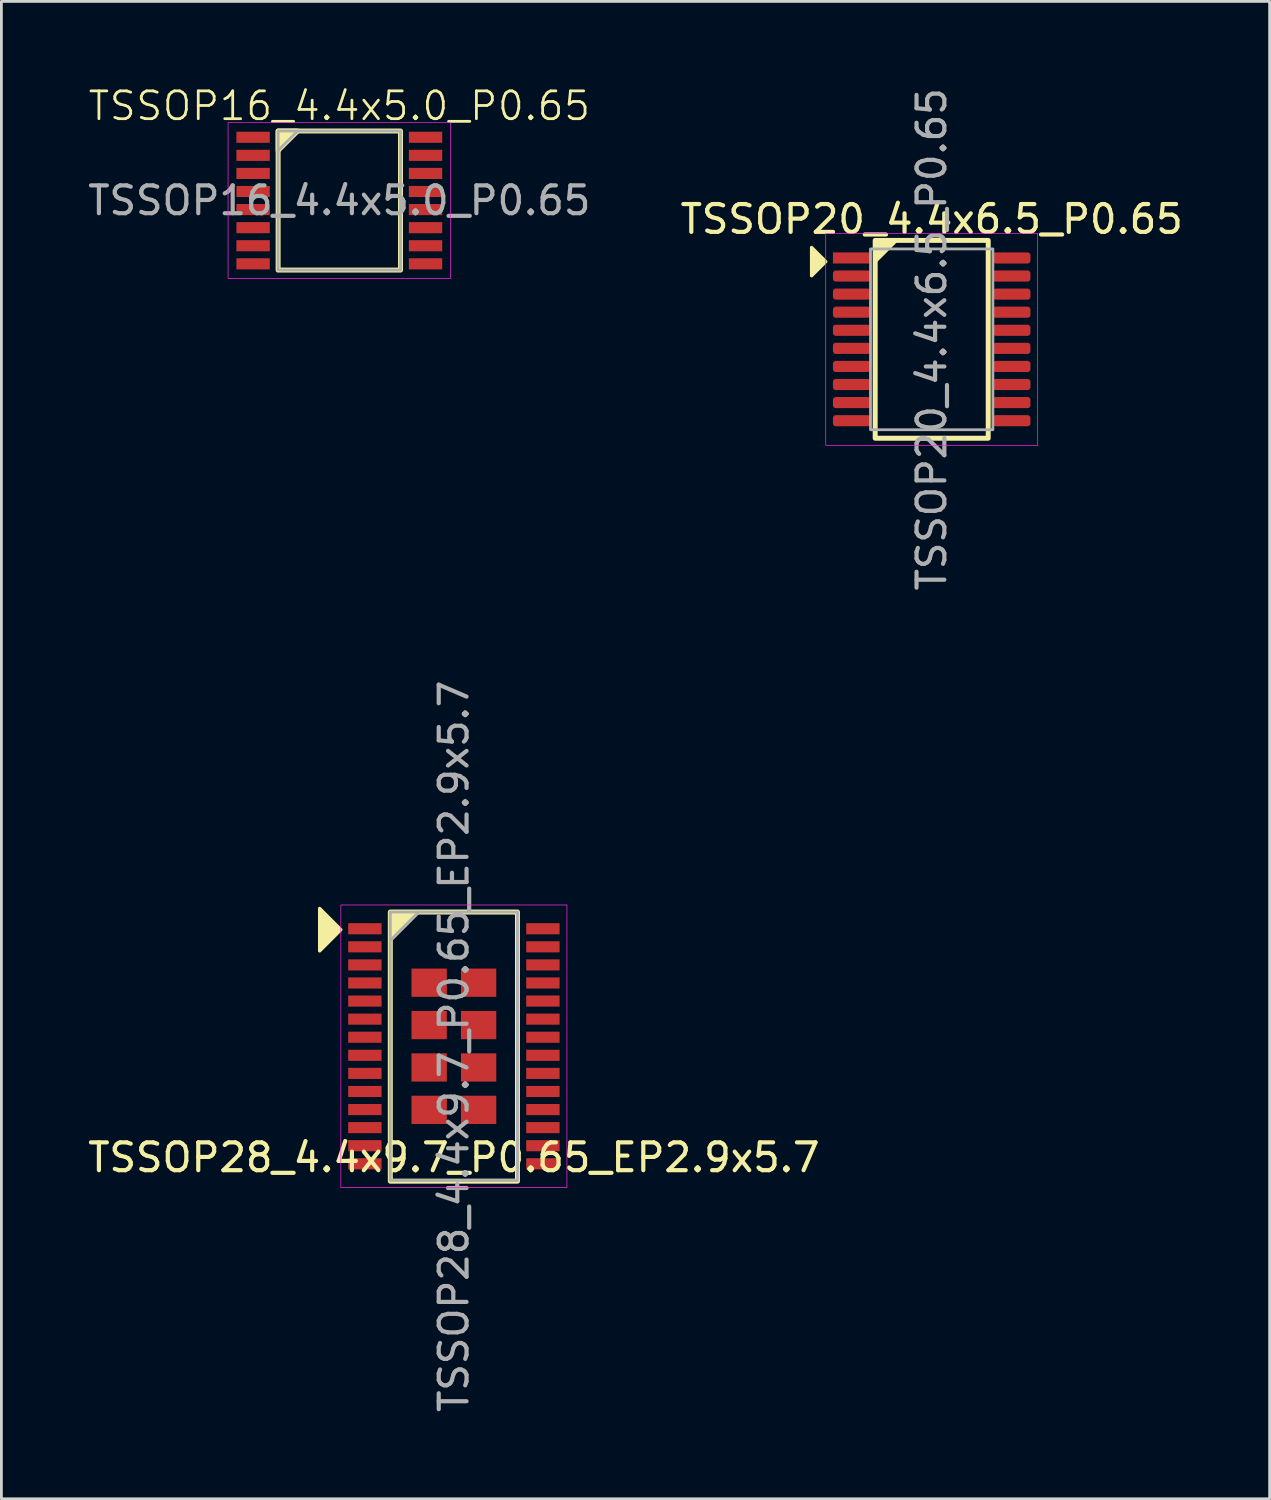
<source format=kicad_pcb>
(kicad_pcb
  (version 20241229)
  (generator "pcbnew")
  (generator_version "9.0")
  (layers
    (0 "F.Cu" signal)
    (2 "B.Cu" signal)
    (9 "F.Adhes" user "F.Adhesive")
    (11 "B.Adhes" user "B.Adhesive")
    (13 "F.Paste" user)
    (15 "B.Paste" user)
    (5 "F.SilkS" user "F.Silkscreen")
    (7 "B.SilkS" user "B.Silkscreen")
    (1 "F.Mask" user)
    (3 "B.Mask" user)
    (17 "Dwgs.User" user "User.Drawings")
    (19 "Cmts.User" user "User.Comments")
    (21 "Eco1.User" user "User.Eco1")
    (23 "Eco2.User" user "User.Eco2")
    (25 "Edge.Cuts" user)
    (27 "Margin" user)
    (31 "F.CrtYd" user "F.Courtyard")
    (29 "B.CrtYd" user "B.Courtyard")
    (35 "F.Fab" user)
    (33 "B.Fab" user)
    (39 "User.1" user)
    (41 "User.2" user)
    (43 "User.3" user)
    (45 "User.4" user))
  (footprint "TSSOP20_4.4x6.5_P0.65"
    (layer "F.Cu")
    (at 30.446 9.149)
    (property "Reference" "TSSOP20_4.4x6.5_P0.65" (at 0 -4.318 0) (unlocked yes) (layer "F.SilkS") (effects (font (size 1 1) (thickness 0.15))))
    (attr smd)
    (fp_rect (start -2.032 -3.556) (end 2.032 3.556) (stroke (width 0.178) (type solid)) (fill no) (layer "F.SilkS"))
    (fp_poly (pts (xy -3.81 -2.794) (xy -4.318 -2.286) (xy -4.318 -3.302)) (stroke (width 0.12) (type solid)) (fill yes) (layer "F.SilkS"))
    (fp_poly (pts (xy -2.032 -2.794) (xy -2.032 -3.556) (xy -1.27 -3.556)) (stroke (width 0.12) (type solid)) (fill yes) (layer "F.SilkS"))
    (fp_rect (start -3.81 3.81) (end 3.81 -3.81) (stroke (width 0.025) (type solid)) (fill no) (layer "F.CrtYd"))
    (fp_rect (start -2.2 -3.25) (end 2.2 3.25) (stroke (width 0.1) (type solid)) (fill no) (layer "F.Fab"))
    (fp_text user "${REFERENCE}" (at 0 0 90) (unlocked yes) (layer "F.Fab") (effects (font (size 1 1) (thickness 0.15))))
    (pad "1" smd rect (at -2.875 -2.925) (size 1.35 0.4) (layers "F.Cu" "F.Mask" "F.Paste"))
    (pad "2" smd roundrect (at -2.875 -2.275) (size 1.35 0.4) (layers "F.Cu" "F.Mask" "F.Paste") (roundrect_rratio 0.25))
    (pad "3" smd roundrect (at -2.875 -1.625) (size 1.35 0.4) (layers "F.Cu" "F.Mask" "F.Paste") (roundrect_rratio 0.25))
    (pad "4" smd roundrect (at -2.875 -0.975) (size 1.35 0.4) (layers "F.Cu" "F.Mask" "F.Paste") (roundrect_rratio 0.25))
    (pad "5" smd roundrect (at -2.875 -0.325) (size 1.35 0.4) (layers "F.Cu" "F.Mask" "F.Paste") (roundrect_rratio 0.25))
    (pad "6" smd roundrect (at -2.875 0.325) (size 1.35 0.4) (layers "F.Cu" "F.Mask" "F.Paste") (roundrect_rratio 0.25))
    (pad "7" smd roundrect (at -2.875 0.975) (size 1.35 0.4) (layers "F.Cu" "F.Mask" "F.Paste") (roundrect_rratio 0.25))
    (pad "8" smd roundrect (at -2.875 1.625) (size 1.35 0.4) (layers "F.Cu" "F.Mask" "F.Paste") (roundrect_rratio 0.25))
    (pad "9" smd roundrect (at -2.875 2.275) (size 1.35 0.4) (layers "F.Cu" "F.Mask" "F.Paste") (roundrect_rratio 0.25))
    (pad "10" smd roundrect (at -2.875 2.925) (size 1.35 0.4) (layers "F.Cu" "F.Mask" "F.Paste") (roundrect_rratio 0.25))
    (pad "11" smd roundrect (at 2.875 2.925) (size 1.35 0.4) (layers "F.Cu" "F.Mask" "F.Paste") (roundrect_rratio 0.25))
    (pad "12" smd roundrect (at 2.875 2.275) (size 1.35 0.4) (layers "F.Cu" "F.Mask" "F.Paste") (roundrect_rratio 0.25))
    (pad "13" smd roundrect (at 2.875 1.625) (size 1.35 0.4) (layers "F.Cu" "F.Mask" "F.Paste") (roundrect_rratio 0.25))
    (pad "14" smd roundrect (at 2.875 0.975) (size 1.35 0.4) (layers "F.Cu" "F.Mask" "F.Paste") (roundrect_rratio 0.25))
    (pad "15" smd roundrect (at 2.875 0.325) (size 1.35 0.4) (layers "F.Cu" "F.Mask" "F.Paste") (roundrect_rratio 0.25))
    (pad "16" smd roundrect (at 2.875 -0.325) (size 1.35 0.4) (layers "F.Cu" "F.Mask" "F.Paste") (roundrect_rratio 0.25))
    (pad "17" smd roundrect (at 2.875 -0.975) (size 1.35 0.4) (layers "F.Cu" "F.Mask" "F.Paste") (roundrect_rratio 0.25))
    (pad "18" smd roundrect (at 2.875 -1.625) (size 1.35 0.4) (layers "F.Cu" "F.Mask" "F.Paste") (roundrect_rratio 0.25))
    (pad "19" smd roundrect (at 2.875 -2.275) (size 1.35 0.4) (layers "F.Cu" "F.Mask" "F.Paste") (roundrect_rratio 0.25))
    (pad "20" smd roundrect (at 2.875 -2.925) (size 1.35 0.4) (layers "F.Cu" "F.Mask" "F.Paste") (roundrect_rratio 0.25)))
  (footprint "TSSOP28_4.4x9.7_P0.65_EP2.9x5.7"
    (layer "F.Cu")
    (at 13.268 34.565)
    (property "Reference" "TSSOP28_4.4x9.7_P0.65_EP2.9x5.7" (at 0 4 0) (unlocked yes) (layer "F.SilkS") (effects (font (size 1 1) (thickness 0.15))))
    (attr smd)
    (fp_rect (start -2.286 -4.826) (end 2.286 4.85) (stroke (width 0.178) (type solid)) (fill no) (layer "F.SilkS"))
    (fp_poly (pts (xy -4.064 -4.191) (xy -4.826 -3.429) (xy -4.826 -4.953)) (stroke (width 0.12) (type solid)) (fill yes) (layer "F.SilkS"))
    (fp_poly (pts (xy -2.286 -3.81) (xy -2.286 -4.826) (xy -1.27 -4.826)) (stroke (width 0.12) (type solid)) (fill yes) (layer "F.SilkS"))
    (fp_rect (start -4.064 -5.08) (end 4.064 5.08) (stroke (width 0.025) (type solid)) (fill no) (layer "F.CrtYd"))
    (fp_line (start -2.286 -3.81) (end -1.27 -4.826) (stroke (width 0.1) (type solid)) (layer "F.Fab"))
    (fp_rect (start -2.286 -4.826) (end 2.286 4.826) (stroke (width 0.1) (type solid)) (fill no) (layer "F.Fab"))
    (fp_text user "${REFERENCE}" (at 0 0 90) (unlocked yes) (layer "F.Fab") (effects (font (size 1 1) (thickness 0.15))))
    (pad "1" smd rect (at -3.2 -4.225) (size 1.2 0.4) (layers "F.Cu" "F.Mask" "F.Paste"))
    (pad "2" smd rect (at -3.2 -3.575) (size 1.2 0.4) (layers "F.Cu" "F.Mask" "F.Paste"))
    (pad "3" smd rect (at -3.2 -2.925) (size 1.2 0.4) (layers "F.Cu" "F.Mask" "F.Paste"))
    (pad "4" smd rect (at -3.2 -2.275) (size 1.2 0.4) (layers "F.Cu" "F.Mask" "F.Paste"))
    (pad "5" smd rect (at -3.2 -1.625) (size 1.2 0.4) (layers "F.Cu" "F.Mask" "F.Paste"))
    (pad "6" smd rect (at -3.2 -0.975) (size 1.2 0.4) (layers "F.Cu" "F.Mask" "F.Paste"))
    (pad "7" smd rect (at -3.2 -0.325) (size 1.2 0.4) (layers "F.Cu" "F.Mask" "F.Paste"))
    (pad "8" smd rect (at -3.2 0.325) (size 1.2 0.4) (layers "F.Cu" "F.Mask" "F.Paste"))
    (pad "9" smd rect (at -3.2 0.975) (size 1.2 0.4) (layers "F.Cu" "F.Mask" "F.Paste"))
    (pad "10" smd rect (at -3.2 1.625) (size 1.2 0.4) (layers "F.Cu" "F.Mask" "F.Paste"))
    (pad "11" smd rect (at -3.2 2.275) (size 1.2 0.4) (layers "F.Cu" "F.Mask" "F.Paste"))
    (pad "12" smd rect (at -3.2 2.925) (size 1.2 0.4) (layers "F.Cu" "F.Mask" "F.Paste"))
    (pad "13" smd rect (at -3.2 3.575) (size 1.2 0.4) (layers "F.Cu" "F.Mask" "F.Paste"))
    (pad "14" smd rect (at -3.2 4.225) (size 1.2 0.4) (layers "F.Cu" "F.Mask" "F.Paste"))
    (pad "15" smd rect (at 3.2 4.225) (size 1.2 0.4) (layers "F.Cu" "F.Mask" "F.Paste"))
    (pad "16" smd rect (at 3.2 3.575) (size 1.2 0.4) (layers "F.Cu" "F.Mask" "F.Paste"))
    (pad "17" smd rect (at 3.2 2.925) (size 1.2 0.4) (layers "F.Cu" "F.Mask" "F.Paste"))
    (pad "18" smd rect (at 3.2 2.275) (size 1.2 0.4) (layers "F.Cu" "F.Mask" "F.Paste"))
    (pad "19" smd rect (at 3.2 1.625) (size 1.2 0.4) (layers "F.Cu" "F.Mask" "F.Paste"))
    (pad "20" smd rect (at 3.2 0.975) (size 1.2 0.4) (layers "F.Cu" "F.Mask" "F.Paste"))
    (pad "21" smd rect (at 3.2 0.325) (size 1.2 0.4) (layers "F.Cu" "F.Mask" "F.Paste"))
    (pad "22" smd rect (at 3.2 -0.325) (size 1.2 0.4) (layers "F.Cu" "F.Mask" "F.Paste"))
    (pad "23" smd rect (at 3.2 -0.975) (size 1.2 0.4) (layers "F.Cu" "F.Mask" "F.Paste"))
    (pad "24" smd rect (at 3.2 -1.625) (size 1.2 0.4) (layers "F.Cu" "F.Mask" "F.Paste"))
    (pad "25" smd rect (at 3.2 -2.275) (size 1.2 0.4) (layers "F.Cu" "F.Mask" "F.Paste"))
    (pad "26" smd rect (at 3.2 -2.925) (size 1.2 0.4) (layers "F.Cu" "F.Mask" "F.Paste"))
    (pad "27" smd rect (at 3.2 -3.575) (size 1.2 0.4) (layers "F.Cu" "F.Mask" "F.Paste"))
    (pad "28" smd rect (at 3.2 -4.225) (size 1.2 0.4) (layers "F.Cu" "F.Mask" "F.Paste"))
    (pad "29" smd rect (at -0.889 -2.286) (size 1.27 1.016) (layers "F.Cu" "F.Mask" "F.Paste"))
    (pad "29" smd rect (at -0.889 -0.762) (size 1.27 1.016) (layers "F.Cu" "F.Mask" "F.Paste"))
    (pad "29" smd rect (at -0.889 0.762) (size 1.27 1.016) (layers "F.Cu" "F.Mask" "F.Paste"))
    (pad "29" smd rect (at -0.889 2.286) (size 1.27 1.016) (layers "F.Cu" "F.Mask" "F.Paste"))
    (pad "29" smd rect (at 0.889 -2.286) (size 1.27 1.016) (layers "F.Cu" "F.Mask" "F.Paste"))
    (pad "29" smd rect (at 0.889 -0.762) (size 1.27 1.016) (layers "F.Cu" "F.Mask" "F.Paste"))
    (pad "29" smd rect (at 0.889 0.762) (size 1.27 1.016) (layers "F.Cu" "F.Mask" "F.Paste"))
    (pad "29" smd rect (at 0.889 2.286) (size 1.27 1.016) (layers "F.Cu" "F.Mask" "F.Paste")))
  (footprint "TSSOP16_4.4x5.0_P0.65"
    (layer "F.Cu")
    (at 9.149 4.16)
    (property "Reference" "TSSOP16_4.4x5.0_P0.65" (at 0 -3.4 0) (unlocked yes) (layer "F.SilkS") (effects (font (size 1 1) (thickness 0.1))))
    (attr smd)
    (fp_rect (start -2.2 -2.5) (end 2.2 2.5) (stroke (width 0.178) (type default)) (fill no) (layer "F.SilkS"))
    (fp_poly (pts (xy -2.2 -2.5) (xy -1.5 -2.5) (xy -2.2 -1.8)) (stroke (width 0.178) (type solid)) (fill yes) (layer "F.SilkS"))
    (fp_rect (start -4 -2.8) (end 4 2.8) (stroke (width 0.025) (type default)) (fill no) (layer "F.CrtYd"))
    (fp_line (start -2.2 -1.8) (end -1.5 -2.5) (stroke (width 0.1) (type default)) (layer "F.Fab"))
    (fp_rect (start -2.2 -2.5) (end 2.2 2.5) (stroke (width 0.1) (type default)) (fill no) (layer "F.Fab"))
    (fp_text user "${REFERENCE}" (at 0 0 0) (unlocked yes) (layer "F.Fab") (effects (font (size 1 1) (thickness 0.15))))
    (pad "1" smd rect (at -3.1 -2.275) (size 1.2 0.4) (layers "F.Cu" "F.Mask" "F.Paste"))
    (pad "2" smd rect (at -3.1 -1.625) (size 1.2 0.4) (layers "F.Cu" "F.Mask" "F.Paste"))
    (pad "3" smd rect (at -3.1 -0.975) (size 1.2 0.4) (layers "F.Cu" "F.Mask" "F.Paste"))
    (pad "4" smd rect (at -3.1 -0.325) (size 1.2 0.4) (layers "F.Cu" "F.Mask" "F.Paste"))
    (pad "5" smd rect (at -3.1 0.325) (size 1.2 0.4) (layers "F.Cu" "F.Mask" "F.Paste"))
    (pad "6" smd rect (at -3.1 0.975) (size 1.2 0.4) (layers "F.Cu" "F.Mask" "F.Paste"))
    (pad "7" smd rect (at -3.1 1.625) (size 1.2 0.4) (layers "F.Cu" "F.Mask" "F.Paste"))
    (pad "8" smd rect (at -3.1 2.275) (size 1.2 0.4) (layers "F.Cu" "F.Mask" "F.Paste"))
    (pad "9" smd rect (at 3.1 2.275) (size 1.2 0.4) (layers "F.Cu" "F.Mask" "F.Paste"))
    (pad "10" smd rect (at 3.1 1.625) (size 1.2 0.4) (layers "F.Cu" "F.Mask" "F.Paste"))
    (pad "11" smd rect (at 3.1 0.975) (size 1.2 0.4) (layers "F.Cu" "F.Mask" "F.Paste"))
    (pad "12" smd rect (at 3.1 0.325) (size 1.2 0.4) (layers "F.Cu" "F.Mask" "F.Paste"))
    (pad "13" smd rect (at 3.1 -0.325) (size 1.2 0.4) (layers "F.Cu" "F.Mask" "F.Paste"))
    (pad "14" smd rect (at 3.1 -0.975) (size 1.2 0.4) (layers "F.Cu" "F.Mask" "F.Paste"))
    (pad "15" smd rect (at 3.1 -1.625) (size 1.2 0.4) (layers "F.Cu" "F.Mask" "F.Paste"))
    (pad "16" smd rect (at 3.1 -2.275) (size 1.2 0.4) (layers "F.Cu" "F.Mask" "F.Paste")))
  (gr_rect
    (start -3 -3)
    (end 42.595 50.833)
    (stroke (width 0.1) (type default))
    (fill no)
    (layer "Edge.Cuts")))
</source>
